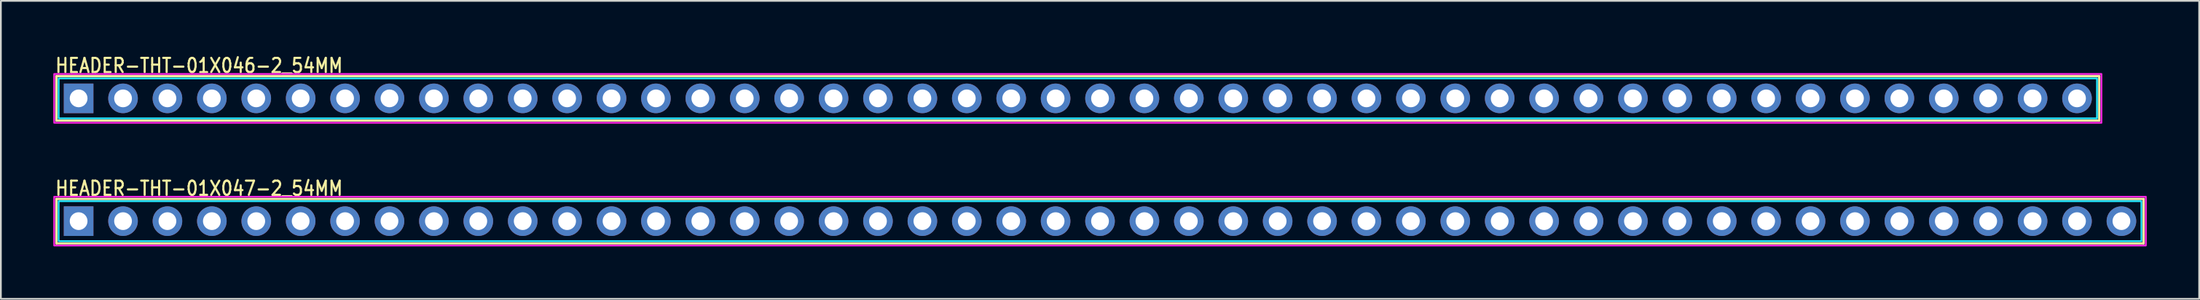
<source format=kicad_pcb>
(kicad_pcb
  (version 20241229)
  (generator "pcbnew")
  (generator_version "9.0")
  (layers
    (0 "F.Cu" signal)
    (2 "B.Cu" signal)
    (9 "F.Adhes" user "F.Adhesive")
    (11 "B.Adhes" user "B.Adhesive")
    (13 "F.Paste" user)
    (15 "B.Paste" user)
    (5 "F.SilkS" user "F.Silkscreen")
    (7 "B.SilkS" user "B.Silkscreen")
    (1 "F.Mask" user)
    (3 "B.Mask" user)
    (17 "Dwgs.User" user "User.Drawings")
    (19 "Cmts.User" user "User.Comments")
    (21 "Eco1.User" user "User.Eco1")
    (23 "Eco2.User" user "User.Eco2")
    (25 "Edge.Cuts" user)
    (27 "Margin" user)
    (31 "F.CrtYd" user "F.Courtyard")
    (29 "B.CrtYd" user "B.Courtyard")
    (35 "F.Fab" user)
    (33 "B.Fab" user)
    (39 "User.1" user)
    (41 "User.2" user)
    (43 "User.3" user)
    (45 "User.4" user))
  (footprint "HEADER-THT-01X047-2_54MM"
    (layer "F.Cu")
    (at 1.447 9.604)
    (property "Reference" "HEADER-THT-01X047-2_54MM" (at -1.4 -1.4 0) (unlocked yes) (layer "F.SilkS") (effects (font (size 0.813 0.695) (thickness 0.122)) (justify left bottom)))
    (fp_line (start -1.27 -1.27) (end -1.27 1.27) (stroke (width 0.127) (type solid)) (layer "F.SilkS"))
    (fp_line (start -1.27 1.27) (end 118.11 1.27) (stroke (width 0.127) (type solid)) (layer "F.SilkS"))
    (fp_line (start 118.11 -1.27) (end -1.27 -1.27) (stroke (width 0.127) (type solid)) (layer "F.SilkS"))
    (fp_line (start 118.11 1.27) (end 118.11 -1.27) (stroke (width 0.127) (type solid)) (layer "F.SilkS"))
    (fp_poly (pts (xy -1.143 -1.143) (xy 117.983 -1.143) (xy 117.983 1.143) (xy -1.143 1.143)) (stroke (width 0.1) (type solid)) (fill no) (layer "B.CrtYd"))
    (fp_poly (pts (xy -1.397 -1.397) (xy 118.237 -1.397) (xy 118.237 1.397) (xy -1.397 1.397)) (stroke (width 0.1) (type solid)) (fill no) (layer "F.CrtYd"))
    (pad "P$1" thru_hole rect (at 0 0) (size 1.693 1.693) (drill 1.016) (layers "*.Cu" "*.Mask"))
    (pad "P$2" thru_hole oval (at 2.54 0) (size 1.693 1.693) (drill 1.016) (layers "*.Cu" "*.Mask"))
    (pad "P$3" thru_hole oval (at 5.08 0) (size 1.693 1.693) (drill 1.016) (layers "*.Cu" "*.Mask"))
    (pad "P$4" thru_hole oval (at 7.62 0) (size 1.693 1.693) (drill 1.016) (layers "*.Cu" "*.Mask"))
    (pad "P$5" thru_hole oval (at 10.16 0) (size 1.693 1.693) (drill 1.016) (layers "*.Cu" "*.Mask"))
    (pad "P$6" thru_hole oval (at 12.7 0) (size 1.693 1.693) (drill 1.016) (layers "*.Cu" "*.Mask"))
    (pad "P$7" thru_hole oval (at 15.24 0) (size 1.693 1.693) (drill 1.016) (layers "*.Cu" "*.Mask"))
    (pad "P$8" thru_hole oval (at 17.78 0) (size 1.693 1.693) (drill 1.016) (layers "*.Cu" "*.Mask"))
    (pad "P$9" thru_hole oval (at 20.32 0) (size 1.693 1.693) (drill 1.016) (layers "*.Cu" "*.Mask"))
    (pad "P$10" thru_hole oval (at 22.86 0) (size 1.693 1.693) (drill 1.016) (layers "*.Cu" "*.Mask"))
    (pad "P$11" thru_hole oval (at 25.4 0) (size 1.693 1.693) (drill 1.016) (layers "*.Cu" "*.Mask"))
    (pad "P$12" thru_hole oval (at 27.94 0) (size 1.693 1.693) (drill 1.016) (layers "*.Cu" "*.Mask"))
    (pad "P$13" thru_hole oval (at 30.48 0) (size 1.693 1.693) (drill 1.016) (layers "*.Cu" "*.Mask"))
    (pad "P$14" thru_hole oval (at 33.02 0) (size 1.693 1.693) (drill 1.016) (layers "*.Cu" "*.Mask"))
    (pad "P$15" thru_hole oval (at 35.56 0) (size 1.693 1.693) (drill 1.016) (layers "*.Cu" "*.Mask"))
    (pad "P$16" thru_hole oval (at 38.1 0) (size 1.693 1.693) (drill 1.016) (layers "*.Cu" "*.Mask"))
    (pad "P$17" thru_hole oval (at 40.64 0) (size 1.693 1.693) (drill 1.016) (layers "*.Cu" "*.Mask"))
    (pad "P$18" thru_hole oval (at 43.18 0) (size 1.693 1.693) (drill 1.016) (layers "*.Cu" "*.Mask"))
    (pad "P$19" thru_hole oval (at 45.72 0) (size 1.693 1.693) (drill 1.016) (layers "*.Cu" "*.Mask"))
    (pad "P$20" thru_hole oval (at 48.26 0) (size 1.693 1.693) (drill 1.016) (layers "*.Cu" "*.Mask"))
    (pad "P$21" thru_hole oval (at 50.8 0) (size 1.693 1.693) (drill 1.016) (layers "*.Cu" "*.Mask"))
    (pad "P$22" thru_hole oval (at 53.34 0) (size 1.693 1.693) (drill 1.016) (layers "*.Cu" "*.Mask"))
    (pad "P$23" thru_hole oval (at 55.88 0) (size 1.693 1.693) (drill 1.016) (layers "*.Cu" "*.Mask"))
    (pad "P$24" thru_hole oval (at 58.42 0) (size 1.693 1.693) (drill 1.016) (layers "*.Cu" "*.Mask"))
    (pad "P$25" thru_hole oval (at 60.96 0) (size 1.693 1.693) (drill 1.016) (layers "*.Cu" "*.Mask"))
    (pad "P$26" thru_hole oval (at 63.5 0) (size 1.693 1.693) (drill 1.016) (layers "*.Cu" "*.Mask"))
    (pad "P$27" thru_hole oval (at 66.04 0) (size 1.693 1.693) (drill 1.016) (layers "*.Cu" "*.Mask"))
    (pad "P$28" thru_hole oval (at 68.58 0) (size 1.693 1.693) (drill 1.016) (layers "*.Cu" "*.Mask"))
    (pad "P$29" thru_hole oval (at 71.12 0) (size 1.693 1.693) (drill 1.016) (layers "*.Cu" "*.Mask"))
    (pad "P$30" thru_hole oval (at 73.66 0) (size 1.693 1.693) (drill 1.016) (layers "*.Cu" "*.Mask"))
    (pad "P$31" thru_hole oval (at 76.2 0) (size 1.693 1.693) (drill 1.016) (layers "*.Cu" "*.Mask"))
    (pad "P$32" thru_hole oval (at 78.74 0) (size 1.693 1.693) (drill 1.016) (layers "*.Cu" "*.Mask"))
    (pad "P$33" thru_hole oval (at 81.28 0) (size 1.693 1.693) (drill 1.016) (layers "*.Cu" "*.Mask"))
    (pad "P$34" thru_hole oval (at 83.82 0) (size 1.693 1.693) (drill 1.016) (layers "*.Cu" "*.Mask"))
    (pad "P$35" thru_hole oval (at 86.36 0) (size 1.693 1.693) (drill 1.016) (layers "*.Cu" "*.Mask"))
    (pad "P$36" thru_hole oval (at 88.9 0) (size 1.693 1.693) (drill 1.016) (layers "*.Cu" "*.Mask"))
    (pad "P$37" thru_hole oval (at 91.44 0) (size 1.693 1.693) (drill 1.016) (layers "*.Cu" "*.Mask"))
    (pad "P$38" thru_hole oval (at 93.98 0) (size 1.693 1.693) (drill 1.016) (layers "*.Cu" "*.Mask"))
    (pad "P$39" thru_hole oval (at 96.52 0) (size 1.693 1.693) (drill 1.016) (layers "*.Cu" "*.Mask"))
    (pad "P$40" thru_hole oval (at 99.06 0) (size 1.693 1.693) (drill 1.016) (layers "*.Cu" "*.Mask"))
    (pad "P$41" thru_hole oval (at 101.6 0) (size 1.693 1.693) (drill 1.016) (layers "*.Cu" "*.Mask"))
    (pad "P$42" thru_hole oval (at 104.14 0) (size 1.693 1.693) (drill 1.016) (layers "*.Cu" "*.Mask"))
    (pad "P$43" thru_hole oval (at 106.68 0) (size 1.693 1.693) (drill 1.016) (layers "*.Cu" "*.Mask"))
    (pad "P$44" thru_hole oval (at 109.22 0) (size 1.693 1.693) (drill 1.016) (layers "*.Cu" "*.Mask"))
    (pad "P$45" thru_hole oval (at 111.76 0) (size 1.693 1.693) (drill 1.016) (layers "*.Cu" "*.Mask"))
    (pad "P$46" thru_hole oval (at 114.3 0) (size 1.693 1.693) (drill 1.016) (layers "*.Cu" "*.Mask"))
    (pad "P$47" thru_hole oval (at 116.84 0) (size 1.693 1.693) (drill 1.016) (layers "*.Cu" "*.Mask")))
  (footprint "HEADER-THT-01X046-2_54MM"
    (layer "F.Cu")
    (at 1.447 2.579)
    (property "Reference" "HEADER-THT-01X046-2_54MM" (at -1.4 -1.4 0) (unlocked yes) (layer "F.SilkS") (effects (font (size 0.813 0.695) (thickness 0.122)) (justify left bottom)))
    (fp_line (start -1.27 -1.27) (end -1.27 1.27) (stroke (width 0.127) (type solid)) (layer "F.SilkS"))
    (fp_line (start -1.27 1.27) (end 115.57 1.27) (stroke (width 0.127) (type solid)) (layer "F.SilkS"))
    (fp_line (start 115.57 -1.27) (end -1.27 -1.27) (stroke (width 0.127) (type solid)) (layer "F.SilkS"))
    (fp_line (start 115.57 1.27) (end 115.57 -1.27) (stroke (width 0.127) (type solid)) (layer "F.SilkS"))
    (fp_poly (pts (xy -1.143 -1.143) (xy 115.443 -1.143) (xy 115.443 1.143) (xy -1.143 1.143)) (stroke (width 0.1) (type solid)) (fill no) (layer "B.CrtYd"))
    (fp_poly (pts (xy -1.397 -1.397) (xy 115.697 -1.397) (xy 115.697 1.397) (xy -1.397 1.397)) (stroke (width 0.1) (type solid)) (fill no) (layer "F.CrtYd"))
    (pad "P$1" thru_hole rect (at 0 0) (size 1.693 1.693) (drill 1.016) (layers "*.Cu" "*.Mask"))
    (pad "P$2" thru_hole oval (at 2.54 0) (size 1.693 1.693) (drill 1.016) (layers "*.Cu" "*.Mask"))
    (pad "P$3" thru_hole oval (at 5.08 0) (size 1.693 1.693) (drill 1.016) (layers "*.Cu" "*.Mask"))
    (pad "P$4" thru_hole oval (at 7.62 0) (size 1.693 1.693) (drill 1.016) (layers "*.Cu" "*.Mask"))
    (pad "P$5" thru_hole oval (at 10.16 0) (size 1.693 1.693) (drill 1.016) (layers "*.Cu" "*.Mask"))
    (pad "P$6" thru_hole oval (at 12.7 0) (size 1.693 1.693) (drill 1.016) (layers "*.Cu" "*.Mask"))
    (pad "P$7" thru_hole oval (at 15.24 0) (size 1.693 1.693) (drill 1.016) (layers "*.Cu" "*.Mask"))
    (pad "P$8" thru_hole oval (at 17.78 0) (size 1.693 1.693) (drill 1.016) (layers "*.Cu" "*.Mask"))
    (pad "P$9" thru_hole oval (at 20.32 0) (size 1.693 1.693) (drill 1.016) (layers "*.Cu" "*.Mask"))
    (pad "P$10" thru_hole oval (at 22.86 0) (size 1.693 1.693) (drill 1.016) (layers "*.Cu" "*.Mask"))
    (pad "P$11" thru_hole oval (at 25.4 0) (size 1.693 1.693) (drill 1.016) (layers "*.Cu" "*.Mask"))
    (pad "P$12" thru_hole oval (at 27.94 0) (size 1.693 1.693) (drill 1.016) (layers "*.Cu" "*.Mask"))
    (pad "P$13" thru_hole oval (at 30.48 0) (size 1.693 1.693) (drill 1.016) (layers "*.Cu" "*.Mask"))
    (pad "P$14" thru_hole oval (at 33.02 0) (size 1.693 1.693) (drill 1.016) (layers "*.Cu" "*.Mask"))
    (pad "P$15" thru_hole oval (at 35.56 0) (size 1.693 1.693) (drill 1.016) (layers "*.Cu" "*.Mask"))
    (pad "P$16" thru_hole oval (at 38.1 0) (size 1.693 1.693) (drill 1.016) (layers "*.Cu" "*.Mask"))
    (pad "P$17" thru_hole oval (at 40.64 0) (size 1.693 1.693) (drill 1.016) (layers "*.Cu" "*.Mask"))
    (pad "P$18" thru_hole oval (at 43.18 0) (size 1.693 1.693) (drill 1.016) (layers "*.Cu" "*.Mask"))
    (pad "P$19" thru_hole oval (at 45.72 0) (size 1.693 1.693) (drill 1.016) (layers "*.Cu" "*.Mask"))
    (pad "P$20" thru_hole oval (at 48.26 0) (size 1.693 1.693) (drill 1.016) (layers "*.Cu" "*.Mask"))
    (pad "P$21" thru_hole oval (at 50.8 0) (size 1.693 1.693) (drill 1.016) (layers "*.Cu" "*.Mask"))
    (pad "P$22" thru_hole oval (at 53.34 0) (size 1.693 1.693) (drill 1.016) (layers "*.Cu" "*.Mask"))
    (pad "P$23" thru_hole oval (at 55.88 0) (size 1.693 1.693) (drill 1.016) (layers "*.Cu" "*.Mask"))
    (pad "P$24" thru_hole oval (at 58.42 0) (size 1.693 1.693) (drill 1.016) (layers "*.Cu" "*.Mask"))
    (pad "P$25" thru_hole oval (at 60.96 0) (size 1.693 1.693) (drill 1.016) (layers "*.Cu" "*.Mask"))
    (pad "P$26" thru_hole oval (at 63.5 0) (size 1.693 1.693) (drill 1.016) (layers "*.Cu" "*.Mask"))
    (pad "P$27" thru_hole oval (at 66.04 0) (size 1.693 1.693) (drill 1.016) (layers "*.Cu" "*.Mask"))
    (pad "P$28" thru_hole oval (at 68.58 0) (size 1.693 1.693) (drill 1.016) (layers "*.Cu" "*.Mask"))
    (pad "P$29" thru_hole oval (at 71.12 0) (size 1.693 1.693) (drill 1.016) (layers "*.Cu" "*.Mask"))
    (pad "P$30" thru_hole oval (at 73.66 0) (size 1.693 1.693) (drill 1.016) (layers "*.Cu" "*.Mask"))
    (pad "P$31" thru_hole oval (at 76.2 0) (size 1.693 1.693) (drill 1.016) (layers "*.Cu" "*.Mask"))
    (pad "P$32" thru_hole oval (at 78.74 0) (size 1.693 1.693) (drill 1.016) (layers "*.Cu" "*.Mask"))
    (pad "P$33" thru_hole oval (at 81.28 0) (size 1.693 1.693) (drill 1.016) (layers "*.Cu" "*.Mask"))
    (pad "P$34" thru_hole oval (at 83.82 0) (size 1.693 1.693) (drill 1.016) (layers "*.Cu" "*.Mask"))
    (pad "P$35" thru_hole oval (at 86.36 0) (size 1.693 1.693) (drill 1.016) (layers "*.Cu" "*.Mask"))
    (pad "P$36" thru_hole oval (at 88.9 0) (size 1.693 1.693) (drill 1.016) (layers "*.Cu" "*.Mask"))
    (pad "P$37" thru_hole oval (at 91.44 0) (size 1.693 1.693) (drill 1.016) (layers "*.Cu" "*.Mask"))
    (pad "P$38" thru_hole oval (at 93.98 0) (size 1.693 1.693) (drill 1.016) (layers "*.Cu" "*.Mask"))
    (pad "P$39" thru_hole oval (at 96.52 0) (size 1.693 1.693) (drill 1.016) (layers "*.Cu" "*.Mask"))
    (pad "P$40" thru_hole oval (at 99.06 0) (size 1.693 1.693) (drill 1.016) (layers "*.Cu" "*.Mask"))
    (pad "P$41" thru_hole oval (at 101.6 0) (size 1.693 1.693) (drill 1.016) (layers "*.Cu" "*.Mask"))
    (pad "P$42" thru_hole oval (at 104.14 0) (size 1.693 1.693) (drill 1.016) (layers "*.Cu" "*.Mask"))
    (pad "P$43" thru_hole oval (at 106.68 0) (size 1.693 1.693) (drill 1.016) (layers "*.Cu" "*.Mask"))
    (pad "P$44" thru_hole oval (at 109.22 0) (size 1.693 1.693) (drill 1.016) (layers "*.Cu" "*.Mask"))
    (pad "P$45" thru_hole oval (at 111.76 0) (size 1.693 1.693) (drill 1.016) (layers "*.Cu" "*.Mask"))
    (pad "P$46" thru_hole oval (at 114.3 0) (size 1.693 1.693) (drill 1.016) (layers "*.Cu" "*.Mask")))
  (gr_rect
    (start -3 -3)
    (end 122.734 14.051)
    (stroke (width 0.1) (type default))
    (fill no)
    (layer "Edge.Cuts")))
</source>
